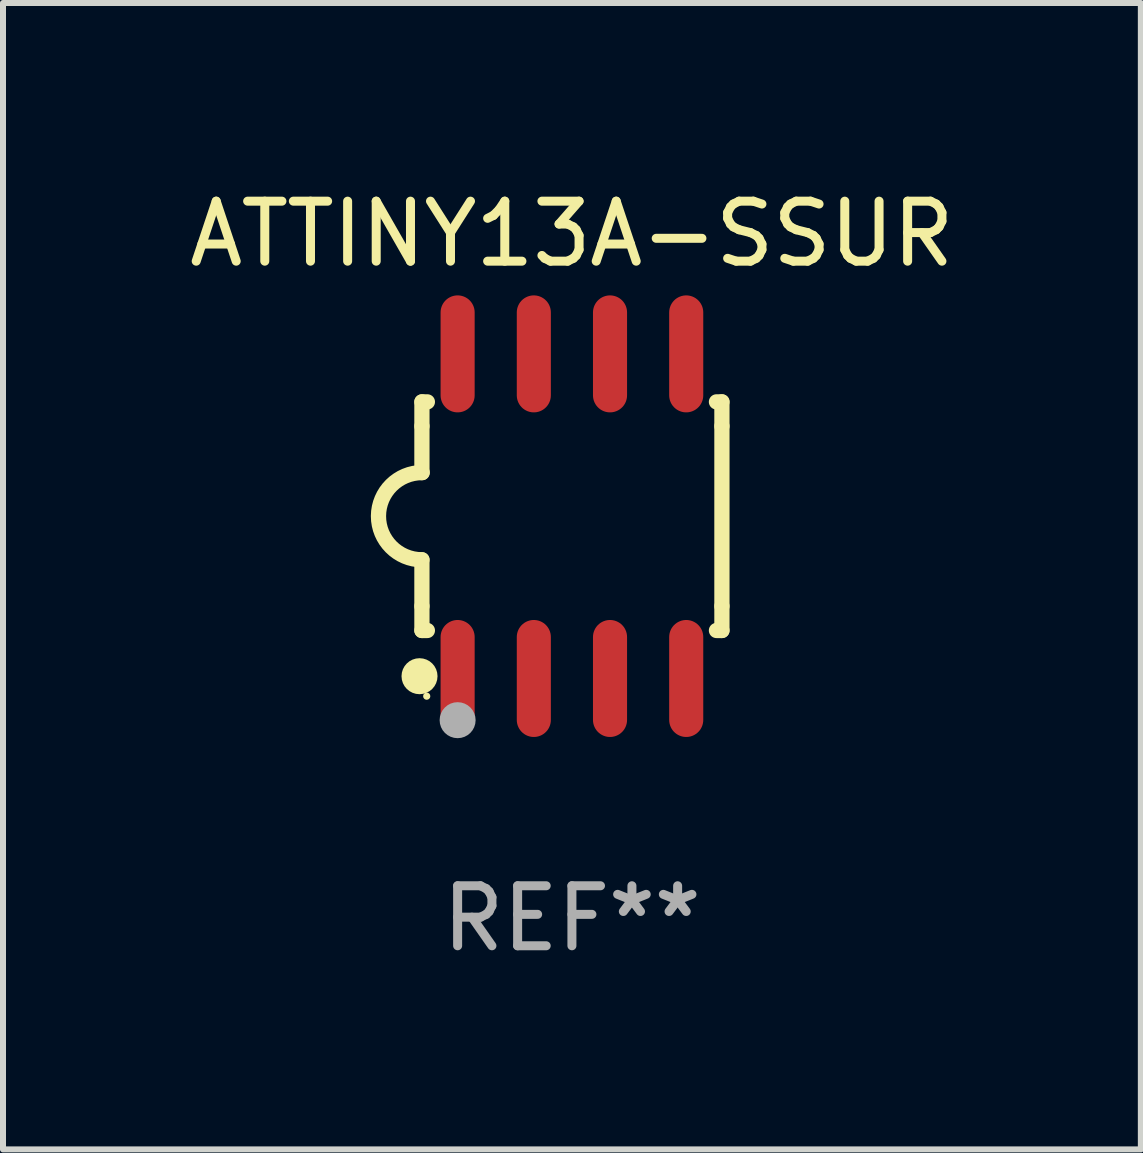
<source format=kicad_pcb>
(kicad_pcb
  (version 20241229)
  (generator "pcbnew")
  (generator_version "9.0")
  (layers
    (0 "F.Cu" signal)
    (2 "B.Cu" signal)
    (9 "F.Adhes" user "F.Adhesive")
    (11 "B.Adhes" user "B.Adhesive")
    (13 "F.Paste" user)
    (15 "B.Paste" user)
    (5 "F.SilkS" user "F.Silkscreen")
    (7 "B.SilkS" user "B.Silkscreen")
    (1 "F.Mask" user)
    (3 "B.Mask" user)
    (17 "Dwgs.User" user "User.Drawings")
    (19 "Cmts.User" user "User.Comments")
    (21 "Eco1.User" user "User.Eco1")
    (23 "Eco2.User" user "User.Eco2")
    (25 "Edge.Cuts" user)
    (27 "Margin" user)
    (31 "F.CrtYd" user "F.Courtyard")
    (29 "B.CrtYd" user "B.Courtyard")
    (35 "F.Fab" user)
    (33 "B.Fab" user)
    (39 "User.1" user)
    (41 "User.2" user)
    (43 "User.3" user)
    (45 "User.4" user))
  (footprint "ATTINY13A-SSUR"
    (layer "F.Cu")
    (at 6.482 5.553)
    (property "Reference" "ATTINY13A-SSUR" (at 0 -4.705 0) (layer "F.SilkS") (effects (font (size 1 1) (thickness 0.15))))
    (attr through_hole)
    (fp_line (start -2.5 -1.905) (end -2.409 -1.905) (stroke (width 0.254) (type solid)) (layer "F.SilkS"))
    (fp_line (start -2.5 -1.5) (end -2.5 -1.905) (stroke (width 0.254) (type solid)) (layer "F.SilkS"))
    (fp_line (start -2.5 -1.5) (end -2.5 -0.726) (stroke (width 0.254) (type solid)) (layer "F.SilkS"))
    (fp_line (start -2.5 1.5) (end -2.5 0.727) (stroke (width 0.254) (type solid)) (layer "F.SilkS"))
    (fp_line (start -2.5 1.5) (end -2.5 1.905) (stroke (width 0.254) (type solid)) (layer "F.SilkS"))
    (fp_line (start -2.5 1.905) (end -2.409 1.905) (stroke (width 0.254) (type solid)) (layer "F.SilkS"))
    (fp_line (start 2.5 -1.905) (end 2.409 -1.905) (stroke (width 0.254) (type solid)) (layer "F.SilkS"))
    (fp_line (start 2.5 -1.5) (end 2.5 -1.905) (stroke (width 0.254) (type solid)) (layer "F.SilkS"))
    (fp_line (start 2.5 -1.5) (end 2.5 1.5) (stroke (width 0.254) (type solid)) (layer "F.SilkS"))
    (fp_line (start 2.5 1.5) (end 2.5 1.905) (stroke (width 0.254) (type solid)) (layer "F.SilkS"))
    (fp_line (start 2.5 1.905) (end 2.409 1.905) (stroke (width 0.254) (type solid)) (layer "F.SilkS"))
    (fp_arc (start -2.5 0.726568) (mid -3.220316 -0.0023) (end -2.495097 -0.726289) (stroke (width 0.254001) (type solid)) (layer "F.SilkS"))
    (fp_circle (center -2.54 2.667) (end -2.39 2.667) (stroke (width 0.3) (type solid)) (fill no) (layer "F.SilkS"))
    (fp_circle (center -2.42 3) (end -2.39 3) (stroke (width 0.06) (type solid)) (fill no) (layer "F.SilkS"))
    (fp_circle (center -1.905 3.4) (end -1.755 3.4) (stroke (width 0.3) (type solid)) (fill no) (layer "F.Fab"))
    (fp_text user "REF**" (at 0 6.705 0) (layer "F.Fab") (effects (font (size 1 1) (thickness 0.15))))
    (pad "1" smd oval (at -1.905 2.705) (size 0.568 1.95) (layers "F.Cu" "F.Mask" "F.Paste"))
    (pad "2" smd oval (at -0.635 2.705) (size 0.568 1.95) (layers "F.Cu" "F.Mask" "F.Paste"))
    (pad "3" smd oval (at 0.635 2.705) (size 0.568 1.95) (layers "F.Cu" "F.Mask" "F.Paste"))
    (pad "4" smd oval (at 1.905 2.705) (size 0.568 1.95) (layers "F.Cu" "F.Mask" "F.Paste"))
    (pad "5" smd oval (at 1.905 -2.705) (size 0.568 1.95) (layers "F.Cu" "F.Mask" "F.Paste"))
    (pad "6" smd oval (at 0.635 -2.705) (size 0.568 1.95) (layers "F.Cu" "F.Mask" "F.Paste"))
    (pad "7" smd oval (at -0.635 -2.705) (size 0.568 1.95) (layers "F.Cu" "F.Mask" "F.Paste"))
    (pad "8" smd oval (at -1.905 -2.705) (size 0.568 1.95) (layers "F.Cu" "F.Mask" "F.Paste")))
  (gr_rect
    (start -3 -3)
    (end 15.964 16.107)
    (stroke (width 0.1) (type default))
    (fill no)
    (layer "Edge.Cuts")))
</source>
